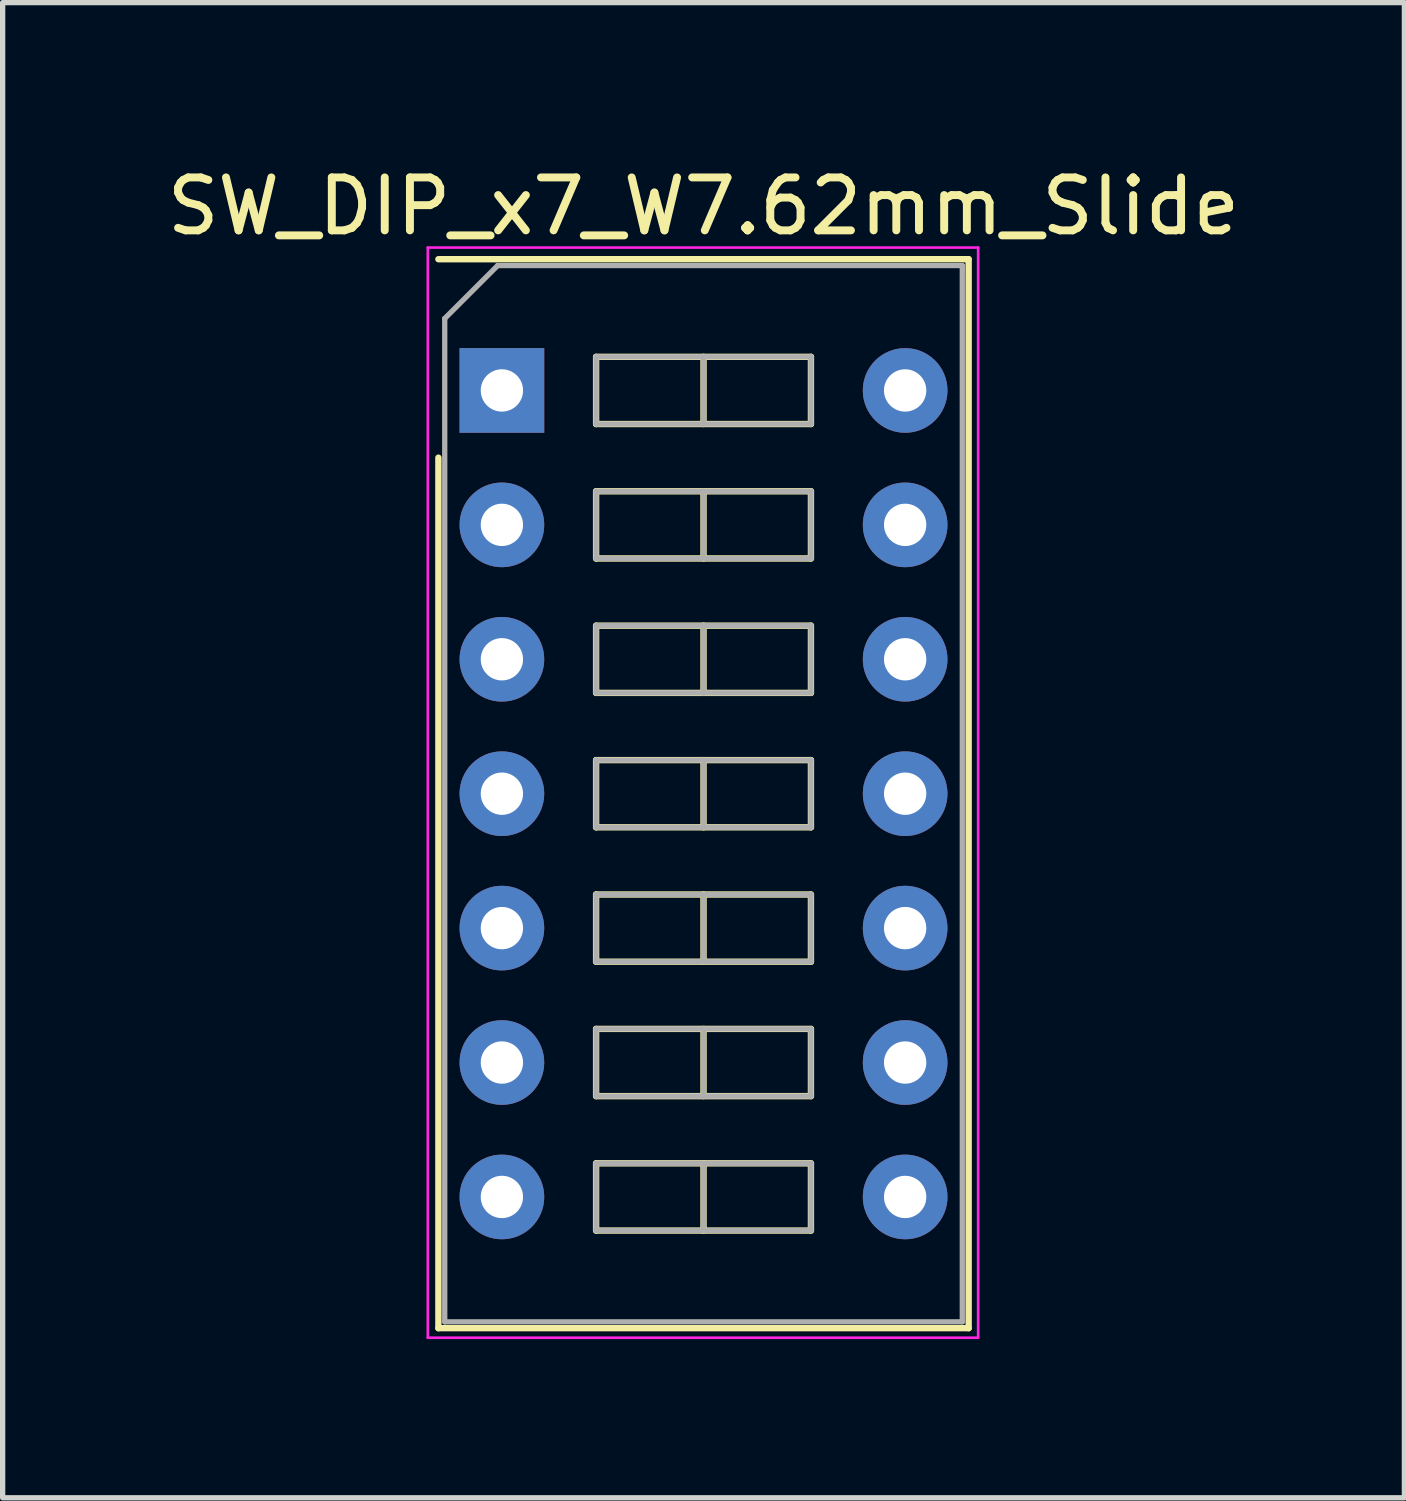
<source format=kicad_pcb>
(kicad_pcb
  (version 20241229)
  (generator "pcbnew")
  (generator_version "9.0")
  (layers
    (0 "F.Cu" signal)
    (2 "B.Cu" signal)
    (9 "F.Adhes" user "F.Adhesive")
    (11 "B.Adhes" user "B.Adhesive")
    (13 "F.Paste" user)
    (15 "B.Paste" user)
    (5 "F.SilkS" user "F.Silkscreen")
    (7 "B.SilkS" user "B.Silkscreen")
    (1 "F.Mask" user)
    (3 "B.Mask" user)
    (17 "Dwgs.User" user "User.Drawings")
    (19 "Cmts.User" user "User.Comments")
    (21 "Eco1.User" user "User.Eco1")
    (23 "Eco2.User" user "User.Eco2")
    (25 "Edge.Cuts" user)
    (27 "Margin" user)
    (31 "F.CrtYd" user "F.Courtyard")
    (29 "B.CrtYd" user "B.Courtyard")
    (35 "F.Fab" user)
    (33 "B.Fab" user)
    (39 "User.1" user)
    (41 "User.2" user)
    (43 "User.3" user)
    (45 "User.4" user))
  (footprint "SW_DIP_x7_W7.62mm_Slide"
    (layer "F.Cu")
    (at 6.434 4.328)
    (property "Reference" "SW_DIP_x7_W7.62mm_Slide" (at 3.81 -3.48 0) (layer "F.SilkS") (effects (font (size 1 1) (thickness 0.15))))
    (attr through_hole)
    (fp_line (start -1.2 -2.48) (end 8.82 -2.48) (stroke (width 0.12) (type solid)) (layer "F.SilkS"))
    (fp_line (start -1.2 17.72) (end -1.2 1.27) (stroke (width 0.12) (type solid)) (layer "F.SilkS"))
    (fp_line (start 1.78 -0.635) (end 1.78 0.635) (stroke (width 0.12) (type solid)) (layer "F.SilkS"))
    (fp_line (start 1.78 0.635) (end 5.84 0.635) (stroke (width 0.12) (type solid)) (layer "F.SilkS"))
    (fp_line (start 1.78 1.905) (end 1.78 3.175) (stroke (width 0.12) (type solid)) (layer "F.SilkS"))
    (fp_line (start 1.78 3.175) (end 5.84 3.175) (stroke (width 0.12) (type solid)) (layer "F.SilkS"))
    (fp_line (start 1.78 4.445) (end 1.78 5.715) (stroke (width 0.12) (type solid)) (layer "F.SilkS"))
    (fp_line (start 1.78 5.715) (end 5.84 5.715) (stroke (width 0.12) (type solid)) (layer "F.SilkS"))
    (fp_line (start 1.78 6.985) (end 1.78 8.255) (stroke (width 0.12) (type solid)) (layer "F.SilkS"))
    (fp_line (start 1.78 8.255) (end 5.84 8.255) (stroke (width 0.12) (type solid)) (layer "F.SilkS"))
    (fp_line (start 1.78 9.525) (end 1.78 10.795) (stroke (width 0.12) (type solid)) (layer "F.SilkS"))
    (fp_line (start 1.78 10.795) (end 5.84 10.795) (stroke (width 0.12) (type solid)) (layer "F.SilkS"))
    (fp_line (start 1.78 12.065) (end 1.78 13.335) (stroke (width 0.12) (type solid)) (layer "F.SilkS"))
    (fp_line (start 1.78 13.335) (end 5.84 13.335) (stroke (width 0.12) (type solid)) (layer "F.SilkS"))
    (fp_line (start 1.78 14.605) (end 1.78 15.875) (stroke (width 0.12) (type solid)) (layer "F.SilkS"))
    (fp_line (start 1.78 15.875) (end 5.84 15.875) (stroke (width 0.12) (type solid)) (layer "F.SilkS"))
    (fp_line (start 3.81 -0.635) (end 3.81 0.635) (stroke (width 0.12) (type solid)) (layer "F.SilkS"))
    (fp_line (start 3.81 1.905) (end 3.81 3.175) (stroke (width 0.12) (type solid)) (layer "F.SilkS"))
    (fp_line (start 3.81 4.445) (end 3.81 5.715) (stroke (width 0.12) (type solid)) (layer "F.SilkS"))
    (fp_line (start 3.81 6.985) (end 3.81 8.255) (stroke (width 0.12) (type solid)) (layer "F.SilkS"))
    (fp_line (start 3.81 9.525) (end 3.81 10.795) (stroke (width 0.12) (type solid)) (layer "F.SilkS"))
    (fp_line (start 3.81 12.065) (end 3.81 13.335) (stroke (width 0.12) (type solid)) (layer "F.SilkS"))
    (fp_line (start 3.81 14.605) (end 3.81 15.875) (stroke (width 0.12) (type solid)) (layer "F.SilkS"))
    (fp_line (start 5.84 -0.635) (end 1.78 -0.635) (stroke (width 0.12) (type solid)) (layer "F.SilkS"))
    (fp_line (start 5.84 0.635) (end 5.84 -0.635) (stroke (width 0.12) (type solid)) (layer "F.SilkS"))
    (fp_line (start 5.84 1.905) (end 1.78 1.905) (stroke (width 0.12) (type solid)) (layer "F.SilkS"))
    (fp_line (start 5.84 3.175) (end 5.84 1.905) (stroke (width 0.12) (type solid)) (layer "F.SilkS"))
    (fp_line (start 5.84 4.445) (end 1.78 4.445) (stroke (width 0.12) (type solid)) (layer "F.SilkS"))
    (fp_line (start 5.84 5.715) (end 5.84 4.445) (stroke (width 0.12) (type solid)) (layer "F.SilkS"))
    (fp_line (start 5.84 6.985) (end 1.78 6.985) (stroke (width 0.12) (type solid)) (layer "F.SilkS"))
    (fp_line (start 5.84 8.255) (end 5.84 6.985) (stroke (width 0.12) (type solid)) (layer "F.SilkS"))
    (fp_line (start 5.84 9.525) (end 1.78 9.525) (stroke (width 0.12) (type solid)) (layer "F.SilkS"))
    (fp_line (start 5.84 10.795) (end 5.84 9.525) (stroke (width 0.12) (type solid)) (layer "F.SilkS"))
    (fp_line (start 5.84 12.065) (end 1.78 12.065) (stroke (width 0.12) (type solid)) (layer "F.SilkS"))
    (fp_line (start 5.84 13.335) (end 5.84 12.065) (stroke (width 0.12) (type solid)) (layer "F.SilkS"))
    (fp_line (start 5.84 14.605) (end 1.78 14.605) (stroke (width 0.12) (type solid)) (layer "F.SilkS"))
    (fp_line (start 5.84 15.875) (end 5.84 14.605) (stroke (width 0.12) (type solid)) (layer "F.SilkS"))
    (fp_line (start 8.82 -2.48) (end 8.82 17.72) (stroke (width 0.12) (type solid)) (layer "F.SilkS"))
    (fp_line (start 8.82 17.72) (end -1.2 17.72) (stroke (width 0.12) (type solid)) (layer "F.SilkS"))
    (fp_line (start -1.4 -2.7) (end -1.4 17.9) (stroke (width 0.05) (type solid)) (layer "F.CrtYd"))
    (fp_line (start -1.4 17.9) (end 9 17.9) (stroke (width 0.05) (type solid)) (layer "F.CrtYd"))
    (fp_line (start 9 -2.7) (end -1.4 -2.7) (stroke (width 0.05) (type solid)) (layer "F.CrtYd"))
    (fp_line (start 9 17.9) (end 9 -2.7) (stroke (width 0.05) (type solid)) (layer "F.CrtYd"))
    (fp_line (start -1.08 -1.36) (end -0.08 -2.36) (stroke (width 0.1) (type solid)) (layer "F.Fab"))
    (fp_line (start -1.08 17.6) (end -1.08 -1.36) (stroke (width 0.1) (type solid)) (layer "F.Fab"))
    (fp_line (start -0.08 -2.36) (end 8.7 -2.36) (stroke (width 0.1) (type solid)) (layer "F.Fab"))
    (fp_line (start 1.78 -0.635) (end 1.78 0.635) (stroke (width 0.1) (type solid)) (layer "F.Fab"))
    (fp_line (start 1.78 0.635) (end 5.84 0.635) (stroke (width 0.1) (type solid)) (layer "F.Fab"))
    (fp_line (start 1.78 1.905) (end 1.78 3.175) (stroke (width 0.1) (type solid)) (layer "F.Fab"))
    (fp_line (start 1.78 3.175) (end 5.84 3.175) (stroke (width 0.1) (type solid)) (layer "F.Fab"))
    (fp_line (start 1.78 4.445) (end 1.78 5.715) (stroke (width 0.1) (type solid)) (layer "F.Fab"))
    (fp_line (start 1.78 5.715) (end 5.84 5.715) (stroke (width 0.1) (type solid)) (layer "F.Fab"))
    (fp_line (start 1.78 6.985) (end 1.78 8.255) (stroke (width 0.1) (type solid)) (layer "F.Fab"))
    (fp_line (start 1.78 8.255) (end 5.84 8.255) (stroke (width 0.1) (type solid)) (layer "F.Fab"))
    (fp_line (start 1.78 9.525) (end 1.78 10.795) (stroke (width 0.1) (type solid)) (layer "F.Fab"))
    (fp_line (start 1.78 10.795) (end 5.84 10.795) (stroke (width 0.1) (type solid)) (layer "F.Fab"))
    (fp_line (start 1.78 12.065) (end 1.78 13.335) (stroke (width 0.1) (type solid)) (layer "F.Fab"))
    (fp_line (start 1.78 13.335) (end 5.84 13.335) (stroke (width 0.1) (type solid)) (layer "F.Fab"))
    (fp_line (start 1.78 14.605) (end 1.78 15.875) (stroke (width 0.1) (type solid)) (layer "F.Fab"))
    (fp_line (start 1.78 15.875) (end 5.84 15.875) (stroke (width 0.1) (type solid)) (layer "F.Fab"))
    (fp_line (start 3.81 -0.635) (end 3.81 0.635) (stroke (width 0.1) (type solid)) (layer "F.Fab"))
    (fp_line (start 3.81 1.905) (end 3.81 3.175) (stroke (width 0.1) (type solid)) (layer "F.Fab"))
    (fp_line (start 3.81 4.445) (end 3.81 5.715) (stroke (width 0.1) (type solid)) (layer "F.Fab"))
    (fp_line (start 3.81 6.985) (end 3.81 8.255) (stroke (width 0.1) (type solid)) (layer "F.Fab"))
    (fp_line (start 3.81 9.525) (end 3.81 10.795) (stroke (width 0.1) (type solid)) (layer "F.Fab"))
    (fp_line (start 3.81 12.065) (end 3.81 13.335) (stroke (width 0.1) (type solid)) (layer "F.Fab"))
    (fp_line (start 3.81 14.605) (end 3.81 15.875) (stroke (width 0.1) (type solid)) (layer "F.Fab"))
    (fp_line (start 5.84 -0.635) (end 1.78 -0.635) (stroke (width 0.1) (type solid)) (layer "F.Fab"))
    (fp_line (start 5.84 0.635) (end 5.84 -0.635) (stroke (width 0.1) (type solid)) (layer "F.Fab"))
    (fp_line (start 5.84 1.905) (end 1.78 1.905) (stroke (width 0.1) (type solid)) (layer "F.Fab"))
    (fp_line (start 5.84 3.175) (end 5.84 1.905) (stroke (width 0.1) (type solid)) (layer "F.Fab"))
    (fp_line (start 5.84 4.445) (end 1.78 4.445) (stroke (width 0.1) (type solid)) (layer "F.Fab"))
    (fp_line (start 5.84 5.715) (end 5.84 4.445) (stroke (width 0.1) (type solid)) (layer "F.Fab"))
    (fp_line (start 5.84 6.985) (end 1.78 6.985) (stroke (width 0.1) (type solid)) (layer "F.Fab"))
    (fp_line (start 5.84 8.255) (end 5.84 6.985) (stroke (width 0.1) (type solid)) (layer "F.Fab"))
    (fp_line (start 5.84 9.525) (end 1.78 9.525) (stroke (width 0.1) (type solid)) (layer "F.Fab"))
    (fp_line (start 5.84 10.795) (end 5.84 9.525) (stroke (width 0.1) (type solid)) (layer "F.Fab"))
    (fp_line (start 5.84 12.065) (end 1.78 12.065) (stroke (width 0.1) (type solid)) (layer "F.Fab"))
    (fp_line (start 5.84 13.335) (end 5.84 12.065) (stroke (width 0.1) (type solid)) (layer "F.Fab"))
    (fp_line (start 5.84 14.605) (end 1.78 14.605) (stroke (width 0.1) (type solid)) (layer "F.Fab"))
    (fp_line (start 5.84 15.875) (end 5.84 14.605) (stroke (width 0.1) (type solid)) (layer "F.Fab"))
    (fp_line (start 8.7 -2.36) (end 8.7 17.6) (stroke (width 0.1) (type solid)) (layer "F.Fab"))
    (fp_line (start 8.7 17.6) (end -1.08 17.6) (stroke (width 0.1) (type solid)) (layer "F.Fab"))
    (pad "1" thru_hole rect (at 0 0) (size 1.6 1.6) (drill 0.8) (layers "*.Cu" "*.Mask"))
    (pad "2" thru_hole oval (at 0 2.54) (size 1.6 1.6) (drill 0.8) (layers "*.Cu" "*.Mask"))
    (pad "3" thru_hole oval (at 0 5.08) (size 1.6 1.6) (drill 0.8) (layers "*.Cu" "*.Mask"))
    (pad "4" thru_hole oval (at 0 7.62) (size 1.6 1.6) (drill 0.8) (layers "*.Cu" "*.Mask"))
    (pad "5" thru_hole oval (at 0 10.16) (size 1.6 1.6) (drill 0.8) (layers "*.Cu" "*.Mask"))
    (pad "6" thru_hole oval (at 0 12.7) (size 1.6 1.6) (drill 0.8) (layers "*.Cu" "*.Mask"))
    (pad "7" thru_hole oval (at 0 15.24) (size 1.6 1.6) (drill 0.8) (layers "*.Cu" "*.Mask"))
    (pad "8" thru_hole oval (at 7.62 15.24) (size 1.6 1.6) (drill 0.8) (layers "*.Cu" "*.Mask"))
    (pad "9" thru_hole oval (at 7.62 12.7) (size 1.6 1.6) (drill 0.8) (layers "*.Cu" "*.Mask"))
    (pad "10" thru_hole oval (at 7.62 10.16) (size 1.6 1.6) (drill 0.8) (layers "*.Cu" "*.Mask"))
    (pad "11" thru_hole oval (at 7.62 7.62) (size 1.6 1.6) (drill 0.8) (layers "*.Cu" "*.Mask"))
    (pad "12" thru_hole oval (at 7.62 5.08) (size 1.6 1.6) (drill 0.8) (layers "*.Cu" "*.Mask"))
    (pad "13" thru_hole oval (at 7.62 2.54) (size 1.6 1.6) (drill 0.8) (layers "*.Cu" "*.Mask"))
    (pad "14" thru_hole oval (at 7.62 0) (size 1.6 1.6) (drill 0.8) (layers "*.Cu" "*.Mask")))
  (gr_rect
    (start -3 -3)
    (end 23.488 25.253)
    (stroke (width 0.1) (type default))
    (fill no)
    (layer "Edge.Cuts")))
</source>
